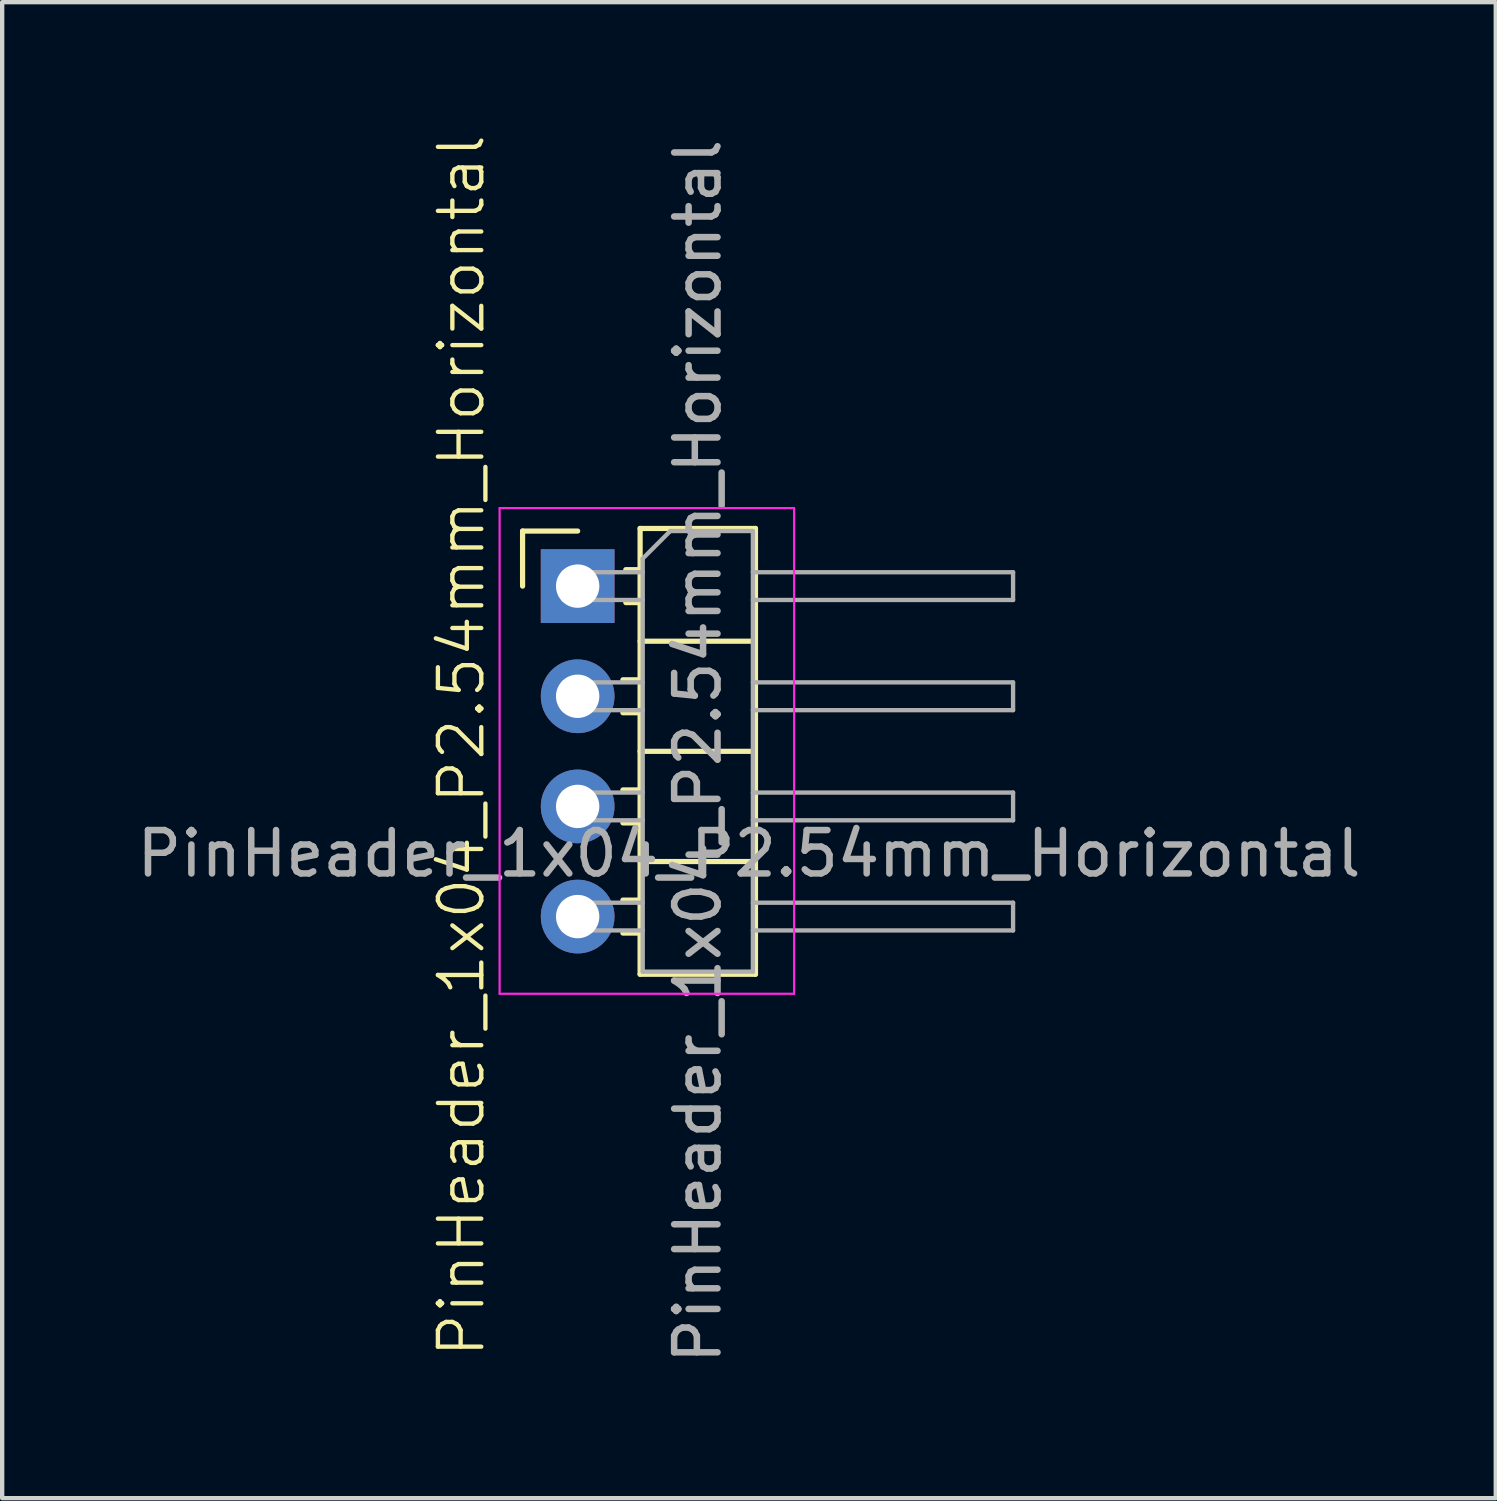
<source format=kicad_pcb>
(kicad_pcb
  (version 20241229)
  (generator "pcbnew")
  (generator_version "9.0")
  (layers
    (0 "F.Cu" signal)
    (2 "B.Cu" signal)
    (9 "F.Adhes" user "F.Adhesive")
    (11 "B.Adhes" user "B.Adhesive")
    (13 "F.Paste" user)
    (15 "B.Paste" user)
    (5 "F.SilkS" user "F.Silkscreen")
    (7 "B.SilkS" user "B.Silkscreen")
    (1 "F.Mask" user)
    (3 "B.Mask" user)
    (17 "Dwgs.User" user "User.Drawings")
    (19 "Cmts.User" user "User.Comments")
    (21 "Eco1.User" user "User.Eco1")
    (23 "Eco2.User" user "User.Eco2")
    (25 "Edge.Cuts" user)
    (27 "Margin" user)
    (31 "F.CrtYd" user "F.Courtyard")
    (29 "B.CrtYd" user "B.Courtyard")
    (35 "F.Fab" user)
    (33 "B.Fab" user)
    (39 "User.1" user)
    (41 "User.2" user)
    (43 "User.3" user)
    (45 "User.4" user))
  (footprint "PinHeader_1x04_P2.54mm_Horizontal"
    (layer "F.Cu")
    (at 10.26 10.325)
    (property "Reference" "PinHeader_1x04_P2.54mm_Horizontal" (at -2.67 3.82 90) (unlocked yes) (layer "F.SilkS") (effects (font (size 1 1) (thickness 0.1))))
    (attr through_hole)
    (fp_line (start -1.26 -1.13) (end 0.01 -1.13) (stroke (width 0.12) (type solid)) (layer "F.SilkS"))
    (fp_line (start -1.26 0.14) (end -1.26 -1.13) (stroke (width 0.12) (type solid)) (layer "F.SilkS"))
    (fp_line (start 1.053 2.3) (end 1.45 2.3) (stroke (width 0.12) (type solid)) (layer "F.SilkS"))
    (fp_line (start 1.053 3.06) (end 1.45 3.06) (stroke (width 0.12) (type solid)) (layer "F.SilkS"))
    (fp_line (start 1.053 4.84) (end 1.45 4.84) (stroke (width 0.12) (type solid)) (layer "F.SilkS"))
    (fp_line (start 1.053 5.6) (end 1.45 5.6) (stroke (width 0.12) (type solid)) (layer "F.SilkS"))
    (fp_line (start 1.053 7.38) (end 1.45 7.38) (stroke (width 0.12) (type solid)) (layer "F.SilkS"))
    (fp_line (start 1.053 8.14) (end 1.45 8.14) (stroke (width 0.12) (type solid)) (layer "F.SilkS"))
    (fp_line (start 1.12 -0.24) (end 1.45 -0.24) (stroke (width 0.12) (type solid)) (layer "F.SilkS"))
    (fp_line (start 1.12 0.52) (end 1.45 0.52) (stroke (width 0.12) (type solid)) (layer "F.SilkS"))
    (fp_line (start 1.45 -1.19) (end 1.45 9.09) (stroke (width 0.12) (type solid)) (layer "F.SilkS"))
    (fp_line (start 1.45 1.41) (end 4.11 1.41) (stroke (width 0.12) (type solid)) (layer "F.SilkS"))
    (fp_line (start 1.45 3.95) (end 4.11 3.95) (stroke (width 0.12) (type solid)) (layer "F.SilkS"))
    (fp_line (start 1.45 6.49) (end 4.11 6.49) (stroke (width 0.12) (type solid)) (layer "F.SilkS"))
    (fp_line (start 1.45 9.09) (end 4.11 9.09) (stroke (width 0.12) (type solid)) (layer "F.SilkS"))
    (fp_line (start 4.11 -1.19) (end 1.45 -1.19) (stroke (width 0.12) (type solid)) (layer "F.SilkS"))
    (fp_line (start 4.11 9.09) (end 4.11 -1.19) (stroke (width 0.12) (type solid)) (layer "F.SilkS"))
    (fp_line (start -1.79 -1.66) (end -1.79 9.54) (stroke (width 0.05) (type solid)) (layer "F.CrtYd"))
    (fp_line (start -1.79 9.54) (end 5 9.54) (stroke (width 0.05) (type solid)) (layer "F.CrtYd"))
    (fp_line (start 5 -1.66) (end -1.79 -1.66) (stroke (width 0.05) (type solid)) (layer "F.CrtYd"))
    (fp_line (start 5 9.54) (end 5 -1.66) (stroke (width 0.05) (type solid)) (layer "F.CrtYd"))
    (fp_line (start -0.31 -0.18) (end -0.31 0.46) (stroke (width 0.1) (type solid)) (layer "F.Fab"))
    (fp_line (start -0.31 -0.18) (end 1.51 -0.18) (stroke (width 0.1) (type solid)) (layer "F.Fab"))
    (fp_line (start -0.31 0.46) (end 1.51 0.46) (stroke (width 0.1) (type solid)) (layer "F.Fab"))
    (fp_line (start -0.31 2.36) (end -0.31 3) (stroke (width 0.1) (type solid)) (layer "F.Fab"))
    (fp_line (start -0.31 2.36) (end 1.51 2.36) (stroke (width 0.1) (type solid)) (layer "F.Fab"))
    (fp_line (start -0.31 3) (end 1.51 3) (stroke (width 0.1) (type solid)) (layer "F.Fab"))
    (fp_line (start -0.31 4.9) (end -0.31 5.54) (stroke (width 0.1) (type solid)) (layer "F.Fab"))
    (fp_line (start -0.31 4.9) (end 1.51 4.9) (stroke (width 0.1) (type solid)) (layer "F.Fab"))
    (fp_line (start -0.31 5.54) (end 1.51 5.54) (stroke (width 0.1) (type solid)) (layer "F.Fab"))
    (fp_line (start -0.31 7.44) (end -0.31 8.08) (stroke (width 0.1) (type solid)) (layer "F.Fab"))
    (fp_line (start -0.31 7.44) (end 1.51 7.44) (stroke (width 0.1) (type solid)) (layer "F.Fab"))
    (fp_line (start -0.31 8.08) (end 1.51 8.08) (stroke (width 0.1) (type solid)) (layer "F.Fab"))
    (fp_line (start 1.51 -0.495) (end 2.145 -1.13) (stroke (width 0.1) (type solid)) (layer "F.Fab"))
    (fp_line (start 1.51 9.03) (end 1.51 -0.495) (stroke (width 0.1) (type solid)) (layer "F.Fab"))
    (fp_line (start 2.145 -1.13) (end 4.05 -1.13) (stroke (width 0.1) (type solid)) (layer "F.Fab"))
    (fp_line (start 4.05 -1.13) (end 4.05 9.03) (stroke (width 0.1) (type solid)) (layer "F.Fab"))
    (fp_line (start 4.05 -0.18) (end 10.05 -0.18) (stroke (width 0.1) (type solid)) (layer "F.Fab"))
    (fp_line (start 4.05 0.46) (end 10.05 0.46) (stroke (width 0.1) (type solid)) (layer "F.Fab"))
    (fp_line (start 4.05 2.36) (end 10.05 2.36) (stroke (width 0.1) (type solid)) (layer "F.Fab"))
    (fp_line (start 4.05 3) (end 10.05 3) (stroke (width 0.1) (type solid)) (layer "F.Fab"))
    (fp_line (start 4.05 4.9) (end 10.05 4.9) (stroke (width 0.1) (type solid)) (layer "F.Fab"))
    (fp_line (start 4.05 5.54) (end 10.05 5.54) (stroke (width 0.1) (type solid)) (layer "F.Fab"))
    (fp_line (start 4.05 7.44) (end 10.05 7.44) (stroke (width 0.1) (type solid)) (layer "F.Fab"))
    (fp_line (start 4.05 8.08) (end 10.05 8.08) (stroke (width 0.1) (type solid)) (layer "F.Fab"))
    (fp_line (start 4.05 9.03) (end 1.51 9.03) (stroke (width 0.1) (type solid)) (layer "F.Fab"))
    (fp_line (start 10.05 -0.18) (end 10.05 0.46) (stroke (width 0.1) (type solid)) (layer "F.Fab"))
    (fp_line (start 10.05 2.36) (end 10.05 3) (stroke (width 0.1) (type solid)) (layer "F.Fab"))
    (fp_line (start 10.05 4.9) (end 10.05 5.54) (stroke (width 0.1) (type solid)) (layer "F.Fab"))
    (fp_line (start 10.05 7.44) (end 10.05 8.08) (stroke (width 0.1) (type solid)) (layer "F.Fab"))
    (fp_text user "${REFERENCE}" (at 3.96 6.31 0) (unlocked yes) (layer "F.Fab") (effects (font (size 1 1) (thickness 0.15))))
    (fp_text user "${REFERENCE}" (at 2.78 3.95 90) (layer "F.Fab") (effects (font (size 1 1) (thickness 0.15))))
    (pad "1" thru_hole rect (at 0.01 0.14) (size 1.7 1.7) (drill 1) (layers "*.Cu" "*.Mask"))
    (pad "2" thru_hole oval (at 0.01 2.68) (size 1.7 1.7) (drill 1) (layers "*.Cu" "*.Mask"))
    (pad "3" thru_hole oval (at 0.01 5.22) (size 1.7 1.7) (drill 1) (layers "*.Cu" "*.Mask"))
    (pad "4" thru_hole oval (at 0.01 7.76) (size 1.7 1.7) (drill 1) (layers "*.Cu" "*.Mask")))
  (gr_rect
    (start -3 -3)
    (end 31.44 31.495)
    (stroke (width 0.1) (type default))
    (fill no)
    (layer "Edge.Cuts")))
</source>
